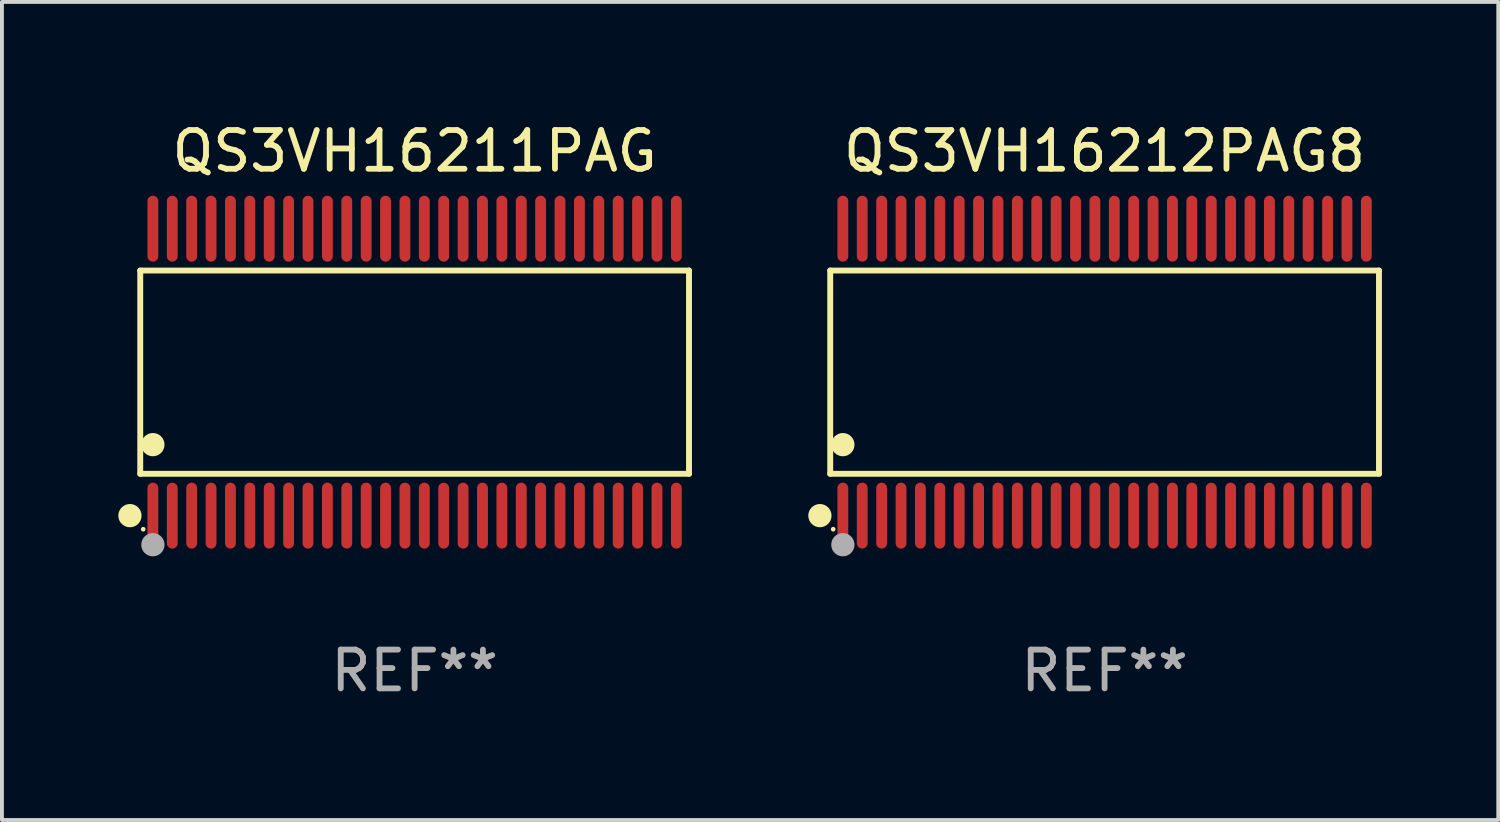
<source format=kicad_pcb>
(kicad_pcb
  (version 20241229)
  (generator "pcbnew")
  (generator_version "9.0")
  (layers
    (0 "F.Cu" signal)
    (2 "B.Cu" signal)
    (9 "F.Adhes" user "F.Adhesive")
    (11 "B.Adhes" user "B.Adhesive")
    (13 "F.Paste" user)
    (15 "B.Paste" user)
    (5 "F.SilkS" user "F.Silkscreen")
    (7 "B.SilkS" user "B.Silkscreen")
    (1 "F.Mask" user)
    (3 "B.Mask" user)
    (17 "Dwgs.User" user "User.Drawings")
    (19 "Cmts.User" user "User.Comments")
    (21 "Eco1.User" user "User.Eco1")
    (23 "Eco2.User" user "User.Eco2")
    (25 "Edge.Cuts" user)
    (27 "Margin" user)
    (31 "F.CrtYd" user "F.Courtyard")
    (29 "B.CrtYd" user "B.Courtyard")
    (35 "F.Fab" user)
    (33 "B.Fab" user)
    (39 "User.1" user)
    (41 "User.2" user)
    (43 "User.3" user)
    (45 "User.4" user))
  (footprint "QS3VH16211PAG"
    (layer "F.Cu")
    (at 7.643 6.548)
    (property "Reference" "QS3VH16211PAG" (at 0 -5.7 0) (layer "F.SilkS") (effects (font (size 1 1) (thickness 0.15))))
    (attr through_hole)
    (fp_line (start -7.076 -2.621) (end 7.076 -2.621) (stroke (width 0.152) (type solid)) (layer "F.SilkS"))
    (fp_line (start -7.076 2.621) (end -7.076 -2.621) (stroke (width 0.152) (type solid)) (layer "F.SilkS"))
    (fp_line (start 7.076 -2.621) (end 7.076 2.621) (stroke (width 0.152) (type solid)) (layer "F.SilkS"))
    (fp_line (start 7.076 2.621) (end -7.076 2.621) (stroke (width 0.152) (type solid)) (layer "F.SilkS"))
    (fp_circle (center -7.342 3.7) (end -7.192 3.7) (stroke (width 0.3) (type solid)) (fill no) (layer "F.SilkS"))
    (fp_circle (center -7 4.05) (end -6.97 4.05) (stroke (width 0.06) (type solid)) (fill no) (layer "F.SilkS"))
    (fp_circle (center -6.75 1.869) (end -6.6 1.869) (stroke (width 0.3) (type solid)) (fill no) (layer "F.SilkS"))
    (fp_circle (center -6.75 4.45) (end -6.6 4.45) (stroke (width 0.3) (type solid)) (fill no) (layer "F.Fab"))
    (fp_text user "REF**" (at 0 7.7 0) (layer "F.Fab") (effects (font (size 1 1) (thickness 0.15))))
    (pad "1" smd oval (at -6.75 3.7) (size 0.28 1.7) (layers "F.Cu" "F.Mask" "F.Paste"))
    (pad "2" smd oval (at -6.25 3.7) (size 0.28 1.7) (layers "F.Cu" "F.Mask" "F.Paste"))
    (pad "3" smd oval (at -5.75 3.7) (size 0.28 1.7) (layers "F.Cu" "F.Mask" "F.Paste"))
    (pad "4" smd oval (at -5.25 3.7) (size 0.28 1.7) (layers "F.Cu" "F.Mask" "F.Paste"))
    (pad "5" smd oval (at -4.75 3.7) (size 0.28 1.7) (layers "F.Cu" "F.Mask" "F.Paste"))
    (pad "6" smd oval (at -4.25 3.7) (size 0.28 1.7) (layers "F.Cu" "F.Mask" "F.Paste"))
    (pad "7" smd oval (at -3.75 3.7) (size 0.28 1.7) (layers "F.Cu" "F.Mask" "F.Paste"))
    (pad "8" smd oval (at -3.25 3.7) (size 0.28 1.7) (layers "F.Cu" "F.Mask" "F.Paste"))
    (pad "9" smd oval (at -2.75 3.7) (size 0.28 1.7) (layers "F.Cu" "F.Mask" "F.Paste"))
    (pad "10" smd oval (at -2.25 3.7) (size 0.28 1.7) (layers "F.Cu" "F.Mask" "F.Paste"))
    (pad "11" smd oval (at -1.75 3.7) (size 0.28 1.7) (layers "F.Cu" "F.Mask" "F.Paste"))
    (pad "12" smd oval (at -1.25 3.7) (size 0.28 1.7) (layers "F.Cu" "F.Mask" "F.Paste"))
    (pad "13" smd oval (at -0.75 3.7) (size 0.28 1.7) (layers "F.Cu" "F.Mask" "F.Paste"))
    (pad "14" smd oval (at -0.25 3.7) (size 0.28 1.7) (layers "F.Cu" "F.Mask" "F.Paste"))
    (pad "15" smd oval (at 0.25 3.7) (size 0.28 1.7) (layers "F.Cu" "F.Mask" "F.Paste"))
    (pad "16" smd oval (at 0.75 3.7) (size 0.28 1.7) (layers "F.Cu" "F.Mask" "F.Paste"))
    (pad "17" smd oval (at 1.25 3.7) (size 0.28 1.7) (layers "F.Cu" "F.Mask" "F.Paste"))
    (pad "18" smd oval (at 1.75 3.7) (size 0.28 1.7) (layers "F.Cu" "F.Mask" "F.Paste"))
    (pad "19" smd oval (at 2.25 3.7) (size 0.28 1.7) (layers "F.Cu" "F.Mask" "F.Paste"))
    (pad "20" smd oval (at 2.75 3.7) (size 0.28 1.7) (layers "F.Cu" "F.Mask" "F.Paste"))
    (pad "21" smd oval (at 3.25 3.7) (size 0.28 1.7) (layers "F.Cu" "F.Mask" "F.Paste"))
    (pad "22" smd oval (at 3.75 3.7) (size 0.28 1.7) (layers "F.Cu" "F.Mask" "F.Paste"))
    (pad "23" smd oval (at 4.25 3.7) (size 0.28 1.7) (layers "F.Cu" "F.Mask" "F.Paste"))
    (pad "24" smd oval (at 4.75 3.7) (size 0.28 1.7) (layers "F.Cu" "F.Mask" "F.Paste"))
    (pad "25" smd oval (at 5.25 3.7) (size 0.28 1.7) (layers "F.Cu" "F.Mask" "F.Paste"))
    (pad "26" smd oval (at 5.75 3.7) (size 0.28 1.7) (layers "F.Cu" "F.Mask" "F.Paste"))
    (pad "27" smd oval (at 6.25 3.7) (size 0.28 1.7) (layers "F.Cu" "F.Mask" "F.Paste"))
    (pad "28" smd oval (at 6.75 3.7) (size 0.28 1.7) (layers "F.Cu" "F.Mask" "F.Paste"))
    (pad "29" smd oval (at 6.75 -3.7) (size 0.28 1.7) (layers "F.Cu" "F.Mask" "F.Paste"))
    (pad "30" smd oval (at 6.25 -3.7) (size 0.28 1.7) (layers "F.Cu" "F.Mask" "F.Paste"))
    (pad "31" smd oval (at 5.75 -3.7) (size 0.28 1.7) (layers "F.Cu" "F.Mask" "F.Paste"))
    (pad "32" smd oval (at 5.25 -3.7) (size 0.28 1.7) (layers "F.Cu" "F.Mask" "F.Paste"))
    (pad "33" smd oval (at 4.75 -3.7) (size 0.28 1.7) (layers "F.Cu" "F.Mask" "F.Paste"))
    (pad "34" smd oval (at 4.25 -3.7) (size 0.28 1.7) (layers "F.Cu" "F.Mask" "F.Paste"))
    (pad "35" smd oval (at 3.75 -3.7) (size 0.28 1.7) (layers "F.Cu" "F.Mask" "F.Paste"))
    (pad "36" smd oval (at 3.25 -3.7) (size 0.28 1.7) (layers "F.Cu" "F.Mask" "F.Paste"))
    (pad "37" smd oval (at 2.75 -3.7) (size 0.28 1.7) (layers "F.Cu" "F.Mask" "F.Paste"))
    (pad "38" smd oval (at 2.25 -3.7) (size 0.28 1.7) (layers "F.Cu" "F.Mask" "F.Paste"))
    (pad "39" smd oval (at 1.75 -3.7) (size 0.28 1.7) (layers "F.Cu" "F.Mask" "F.Paste"))
    (pad "40" smd oval (at 1.25 -3.7) (size 0.28 1.7) (layers "F.Cu" "F.Mask" "F.Paste"))
    (pad "41" smd oval (at 0.75 -3.7) (size 0.28 1.7) (layers "F.Cu" "F.Mask" "F.Paste"))
    (pad "42" smd oval (at 0.25 -3.7) (size 0.28 1.7) (layers "F.Cu" "F.Mask" "F.Paste"))
    (pad "43" smd oval (at -0.25 -3.7) (size 0.28 1.7) (layers "F.Cu" "F.Mask" "F.Paste"))
    (pad "44" smd oval (at -0.75 -3.7) (size 0.28 1.7) (layers "F.Cu" "F.Mask" "F.Paste"))
    (pad "45" smd oval (at -1.25 -3.7) (size 0.28 1.7) (layers "F.Cu" "F.Mask" "F.Paste"))
    (pad "46" smd oval (at -1.75 -3.7) (size 0.28 1.7) (layers "F.Cu" "F.Mask" "F.Paste"))
    (pad "47" smd oval (at -2.25 -3.7) (size 0.28 1.7) (layers "F.Cu" "F.Mask" "F.Paste"))
    (pad "48" smd oval (at -2.75 -3.7) (size 0.28 1.7) (layers "F.Cu" "F.Mask" "F.Paste"))
    (pad "49" smd oval (at -3.25 -3.7) (size 0.28 1.7) (layers "F.Cu" "F.Mask" "F.Paste"))
    (pad "50" smd oval (at -3.75 -3.7) (size 0.28 1.7) (layers "F.Cu" "F.Mask" "F.Paste"))
    (pad "51" smd oval (at -4.25 -3.7) (size 0.28 1.7) (layers "F.Cu" "F.Mask" "F.Paste"))
    (pad "52" smd oval (at -4.75 -3.7) (size 0.28 1.7) (layers "F.Cu" "F.Mask" "F.Paste"))
    (pad "53" smd oval (at -5.25 -3.7) (size 0.28 1.7) (layers "F.Cu" "F.Mask" "F.Paste"))
    (pad "54" smd oval (at -5.75 -3.7) (size 0.28 1.7) (layers "F.Cu" "F.Mask" "F.Paste"))
    (pad "55" smd oval (at -6.25 -3.7) (size 0.28 1.7) (layers "F.Cu" "F.Mask" "F.Paste"))
    (pad "56" smd oval (at -6.75 -3.7) (size 0.28 1.7) (layers "F.Cu" "F.Mask" "F.Paste")))
  (footprint "QS3VH16212PAG8"
    (layer "F.Cu")
    (at 25.437 6.548)
    (property "Reference" "QS3VH16212PAG8" (at 0 -5.7 0) (layer "F.SilkS") (effects (font (size 1 1) (thickness 0.15))))
    (attr through_hole)
    (fp_line (start -7.076 -2.621) (end 7.076 -2.621) (stroke (width 0.152) (type solid)) (layer "F.SilkS"))
    (fp_line (start -7.076 2.621) (end -7.076 -2.621) (stroke (width 0.152) (type solid)) (layer "F.SilkS"))
    (fp_line (start 7.076 -2.621) (end 7.076 2.621) (stroke (width 0.152) (type solid)) (layer "F.SilkS"))
    (fp_line (start 7.076 2.621) (end -7.076 2.621) (stroke (width 0.152) (type solid)) (layer "F.SilkS"))
    (fp_circle (center -7.342 3.7) (end -7.192 3.7) (stroke (width 0.3) (type solid)) (fill no) (layer "F.SilkS"))
    (fp_circle (center -7 4.05) (end -6.97 4.05) (stroke (width 0.06) (type solid)) (fill no) (layer "F.SilkS"))
    (fp_circle (center -6.75 1.869) (end -6.6 1.869) (stroke (width 0.3) (type solid)) (fill no) (layer "F.SilkS"))
    (fp_circle (center -6.75 4.45) (end -6.6 4.45) (stroke (width 0.3) (type solid)) (fill no) (layer "F.Fab"))
    (fp_text user "REF**" (at 0 7.7 0) (layer "F.Fab") (effects (font (size 1 1) (thickness 0.15))))
    (pad "1" smd oval (at -6.75 3.7) (size 0.28 1.7) (layers "F.Cu" "F.Mask" "F.Paste"))
    (pad "2" smd oval (at -6.25 3.7) (size 0.28 1.7) (layers "F.Cu" "F.Mask" "F.Paste"))
    (pad "3" smd oval (at -5.75 3.7) (size 0.28 1.7) (layers "F.Cu" "F.Mask" "F.Paste"))
    (pad "4" smd oval (at -5.25 3.7) (size 0.28 1.7) (layers "F.Cu" "F.Mask" "F.Paste"))
    (pad "5" smd oval (at -4.75 3.7) (size 0.28 1.7) (layers "F.Cu" "F.Mask" "F.Paste"))
    (pad "6" smd oval (at -4.25 3.7) (size 0.28 1.7) (layers "F.Cu" "F.Mask" "F.Paste"))
    (pad "7" smd oval (at -3.75 3.7) (size 0.28 1.7) (layers "F.Cu" "F.Mask" "F.Paste"))
    (pad "8" smd oval (at -3.25 3.7) (size 0.28 1.7) (layers "F.Cu" "F.Mask" "F.Paste"))
    (pad "9" smd oval (at -2.75 3.7) (size 0.28 1.7) (layers "F.Cu" "F.Mask" "F.Paste"))
    (pad "10" smd oval (at -2.25 3.7) (size 0.28 1.7) (layers "F.Cu" "F.Mask" "F.Paste"))
    (pad "11" smd oval (at -1.75 3.7) (size 0.28 1.7) (layers "F.Cu" "F.Mask" "F.Paste"))
    (pad "12" smd oval (at -1.25 3.7) (size 0.28 1.7) (layers "F.Cu" "F.Mask" "F.Paste"))
    (pad "13" smd oval (at -0.75 3.7) (size 0.28 1.7) (layers "F.Cu" "F.Mask" "F.Paste"))
    (pad "14" smd oval (at -0.25 3.7) (size 0.28 1.7) (layers "F.Cu" "F.Mask" "F.Paste"))
    (pad "15" smd oval (at 0.25 3.7) (size 0.28 1.7) (layers "F.Cu" "F.Mask" "F.Paste"))
    (pad "16" smd oval (at 0.75 3.7) (size 0.28 1.7) (layers "F.Cu" "F.Mask" "F.Paste"))
    (pad "17" smd oval (at 1.25 3.7) (size 0.28 1.7) (layers "F.Cu" "F.Mask" "F.Paste"))
    (pad "18" smd oval (at 1.75 3.7) (size 0.28 1.7) (layers "F.Cu" "F.Mask" "F.Paste"))
    (pad "19" smd oval (at 2.25 3.7) (size 0.28 1.7) (layers "F.Cu" "F.Mask" "F.Paste"))
    (pad "20" smd oval (at 2.75 3.7) (size 0.28 1.7) (layers "F.Cu" "F.Mask" "F.Paste"))
    (pad "21" smd oval (at 3.25 3.7) (size 0.28 1.7) (layers "F.Cu" "F.Mask" "F.Paste"))
    (pad "22" smd oval (at 3.75 3.7) (size 0.28 1.7) (layers "F.Cu" "F.Mask" "F.Paste"))
    (pad "23" smd oval (at 4.25 3.7) (size 0.28 1.7) (layers "F.Cu" "F.Mask" "F.Paste"))
    (pad "24" smd oval (at 4.75 3.7) (size 0.28 1.7) (layers "F.Cu" "F.Mask" "F.Paste"))
    (pad "25" smd oval (at 5.25 3.7) (size 0.28 1.7) (layers "F.Cu" "F.Mask" "F.Paste"))
    (pad "26" smd oval (at 5.75 3.7) (size 0.28 1.7) (layers "F.Cu" "F.Mask" "F.Paste"))
    (pad "27" smd oval (at 6.25 3.7) (size 0.28 1.7) (layers "F.Cu" "F.Mask" "F.Paste"))
    (pad "28" smd oval (at 6.75 3.7) (size 0.28 1.7) (layers "F.Cu" "F.Mask" "F.Paste"))
    (pad "29" smd oval (at 6.75 -3.7) (size 0.28 1.7) (layers "F.Cu" "F.Mask" "F.Paste"))
    (pad "30" smd oval (at 6.25 -3.7) (size 0.28 1.7) (layers "F.Cu" "F.Mask" "F.Paste"))
    (pad "31" smd oval (at 5.75 -3.7) (size 0.28 1.7) (layers "F.Cu" "F.Mask" "F.Paste"))
    (pad "32" smd oval (at 5.25 -3.7) (size 0.28 1.7) (layers "F.Cu" "F.Mask" "F.Paste"))
    (pad "33" smd oval (at 4.75 -3.7) (size 0.28 1.7) (layers "F.Cu" "F.Mask" "F.Paste"))
    (pad "34" smd oval (at 4.25 -3.7) (size 0.28 1.7) (layers "F.Cu" "F.Mask" "F.Paste"))
    (pad "35" smd oval (at 3.75 -3.7) (size 0.28 1.7) (layers "F.Cu" "F.Mask" "F.Paste"))
    (pad "36" smd oval (at 3.25 -3.7) (size 0.28 1.7) (layers "F.Cu" "F.Mask" "F.Paste"))
    (pad "37" smd oval (at 2.75 -3.7) (size 0.28 1.7) (layers "F.Cu" "F.Mask" "F.Paste"))
    (pad "38" smd oval (at 2.25 -3.7) (size 0.28 1.7) (layers "F.Cu" "F.Mask" "F.Paste"))
    (pad "39" smd oval (at 1.75 -3.7) (size 0.28 1.7) (layers "F.Cu" "F.Mask" "F.Paste"))
    (pad "40" smd oval (at 1.25 -3.7) (size 0.28 1.7) (layers "F.Cu" "F.Mask" "F.Paste"))
    (pad "41" smd oval (at 0.75 -3.7) (size 0.28 1.7) (layers "F.Cu" "F.Mask" "F.Paste"))
    (pad "42" smd oval (at 0.25 -3.7) (size 0.28 1.7) (layers "F.Cu" "F.Mask" "F.Paste"))
    (pad "43" smd oval (at -0.25 -3.7) (size 0.28 1.7) (layers "F.Cu" "F.Mask" "F.Paste"))
    (pad "44" smd oval (at -0.75 -3.7) (size 0.28 1.7) (layers "F.Cu" "F.Mask" "F.Paste"))
    (pad "45" smd oval (at -1.25 -3.7) (size 0.28 1.7) (layers "F.Cu" "F.Mask" "F.Paste"))
    (pad "46" smd oval (at -1.75 -3.7) (size 0.28 1.7) (layers "F.Cu" "F.Mask" "F.Paste"))
    (pad "47" smd oval (at -2.25 -3.7) (size 0.28 1.7) (layers "F.Cu" "F.Mask" "F.Paste"))
    (pad "48" smd oval (at -2.75 -3.7) (size 0.28 1.7) (layers "F.Cu" "F.Mask" "F.Paste"))
    (pad "49" smd oval (at -3.25 -3.7) (size 0.28 1.7) (layers "F.Cu" "F.Mask" "F.Paste"))
    (pad "50" smd oval (at -3.75 -3.7) (size 0.28 1.7) (layers "F.Cu" "F.Mask" "F.Paste"))
    (pad "51" smd oval (at -4.25 -3.7) (size 0.28 1.7) (layers "F.Cu" "F.Mask" "F.Paste"))
    (pad "52" smd oval (at -4.75 -3.7) (size 0.28 1.7) (layers "F.Cu" "F.Mask" "F.Paste"))
    (pad "53" smd oval (at -5.25 -3.7) (size 0.28 1.7) (layers "F.Cu" "F.Mask" "F.Paste"))
    (pad "54" smd oval (at -5.75 -3.7) (size 0.28 1.7) (layers "F.Cu" "F.Mask" "F.Paste"))
    (pad "55" smd oval (at -6.25 -3.7) (size 0.28 1.7) (layers "F.Cu" "F.Mask" "F.Paste"))
    (pad "56" smd oval (at -6.75 -3.7) (size 0.28 1.7) (layers "F.Cu" "F.Mask" "F.Paste")))
  (gr_rect
    (start -3 -3)
    (end 35.59 18.097)
    (stroke (width 0.1) (type default))
    (fill no)
    (layer "Edge.Cuts")))
</source>
